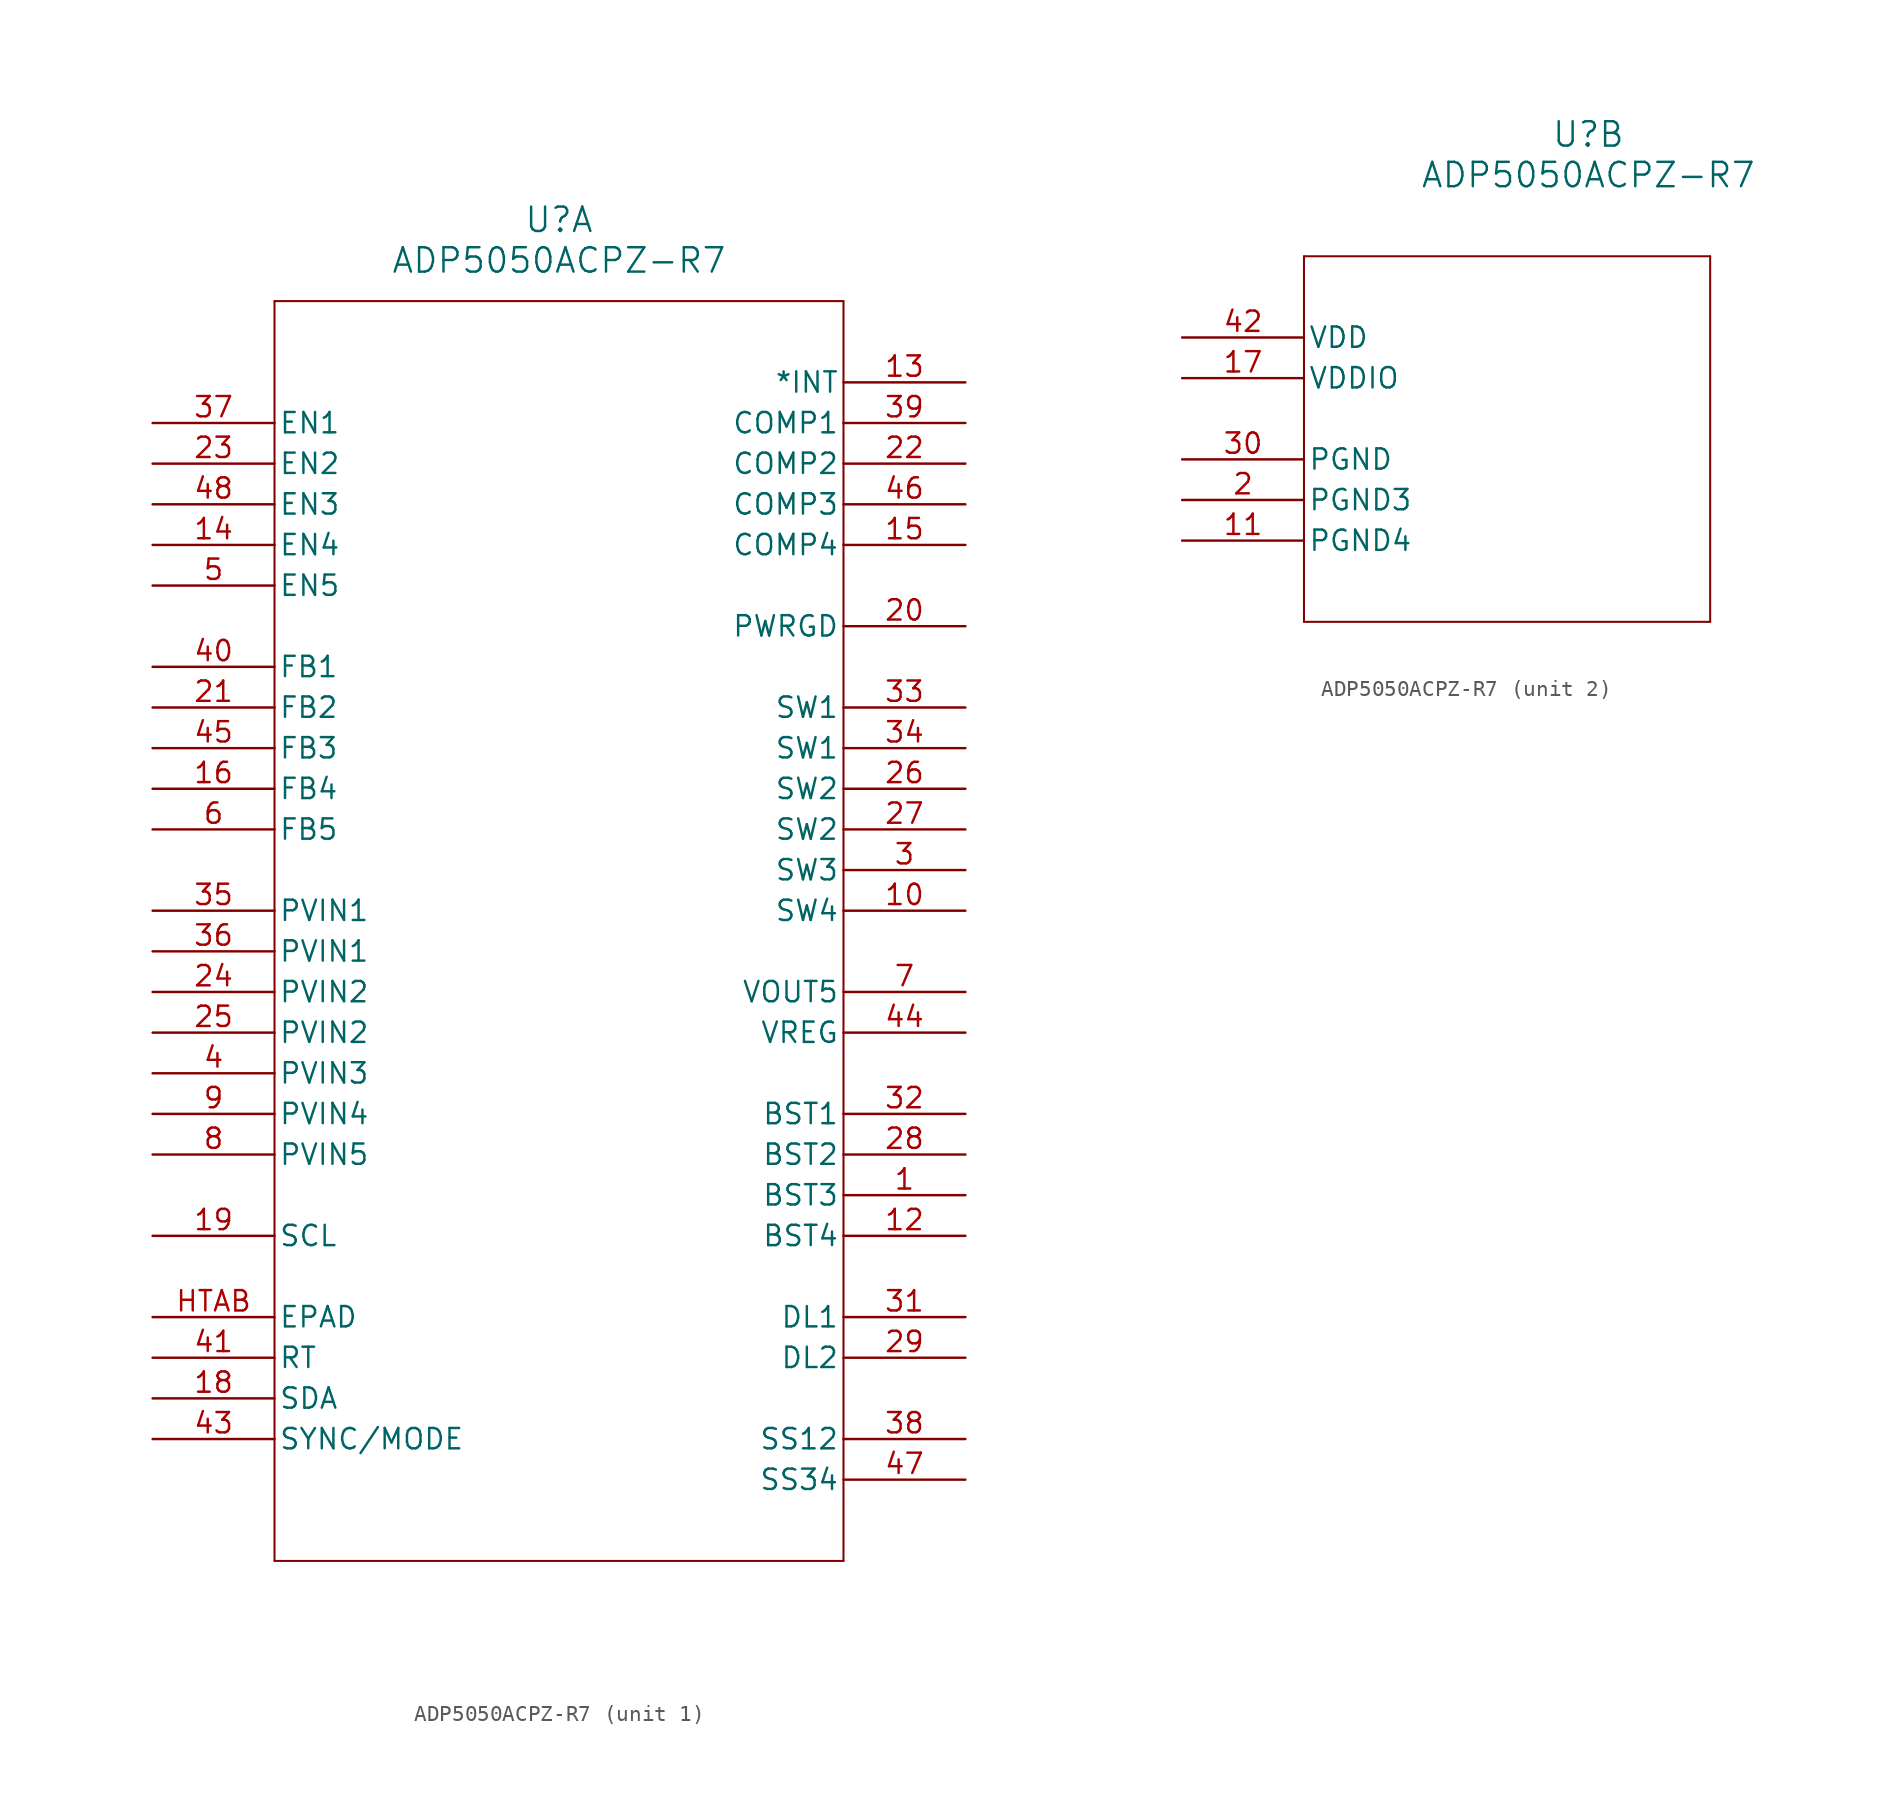
<source format=kicad_sym>
(kicad_symbol_lib
  (version 20211014)
  (generator kicad_symbol_editor)
  (symbol "ADP5050ACPZ-R7"
    (pin_names
      (offset 0.254))
    (property "Reference" "U"
      (at 25.4 12.7 0)
      (effects (font (size 1.524 1.524))))
    (property "Value" "ADP5050ACPZ-R7"
      (at 25.4 10.16 0)
      (effects (font (size 1.524 1.524))))
    (symbol "ADP5050ACPZ-R7_1_1"
      (polyline (pts (xy 7.62 7.62) (xy 7.62 -71.12)) (stroke (width 0.127) (type default) (color 0 0 0 0)) (fill (type none)))
      (polyline (pts (xy 7.62 -71.12) (xy 43.18 -71.12)) (stroke (width 0.127) (type default) (color 0 0 0 0)) (fill (type none)))
      (polyline (pts (xy 43.18 -71.12) (xy 43.18 7.62)) (stroke (width 0.127) (type default) (color 0 0 0 0)) (fill (type none)))
      (polyline (pts (xy 43.18 7.62) (xy 7.62 7.62)) (stroke (width 0.127) (type default) (color 0 0 0 0)) (fill (type none)))
      (pin unspecified line (at 50.8 -48.26 180) (length 7.62) (name "BST3" (effects (font (size 1.27 1.27)))) (number "1" (effects (font (size 1.27 1.27)))))
      (pin output line (at 50.8 -27.94 180) (length 7.62) (name "SW3" (effects (font (size 1.27 1.27)))) (number "3" (effects (font (size 1.27 1.27)))))
      (pin input line (at 0 -40.64 0) (length 7.62) (name "PVIN3" (effects (font (size 1.27 1.27)))) (number "4" (effects (font (size 1.27 1.27)))))
      (pin input line (at 0 -10.16 0) (length 7.62) (name "EN5" (effects (font (size 1.27 1.27)))) (number "5" (effects (font (size 1.27 1.27)))))
      (pin input line (at 0 -25.4 0) (length 7.62) (name "FB5" (effects (font (size 1.27 1.27)))) (number "6" (effects (font (size 1.27 1.27)))))
      (pin output line (at 50.8 -35.56 180) (length 7.62) (name "VOUT5" (effects (font (size 1.27 1.27)))) (number "7" (effects (font (size 1.27 1.27)))))
      (pin input line (at 0 -45.72 0) (length 7.62) (name "PVIN5" (effects (font (size 1.27 1.27)))) (number "8" (effects (font (size 1.27 1.27)))))
      (pin input line (at 0 -43.18 0) (length 7.62) (name "PVIN4" (effects (font (size 1.27 1.27)))) (number "9" (effects (font (size 1.27 1.27)))))
      (pin output line (at 50.8 -30.48 180) (length 7.62) (name "SW4" (effects (font (size 1.27 1.27)))) (number "10" (effects (font (size 1.27 1.27)))))
      (pin unspecified line (at 50.8 -50.8 180) (length 7.62) (name "BST4" (effects (font (size 1.27 1.27)))) (number "12" (effects (font (size 1.27 1.27)))))
      (pin output line (at 50.8 2.54 180) (length 7.62) (name "*INT" (effects (font (size 1.27 1.27)))) (number "13" (effects (font (size 1.27 1.27)))))
      (pin input line (at 0 -7.62 0) (length 7.62) (name "EN4" (effects (font (size 1.27 1.27)))) (number "14" (effects (font (size 1.27 1.27)))))
      (pin output line (at 50.8 -7.62 180) (length 7.62) (name "COMP4" (effects (font (size 1.27 1.27)))) (number "15" (effects (font (size 1.27 1.27)))))
      (pin input line (at 0 -22.86 0) (length 7.62) (name "FB4" (effects (font (size 1.27 1.27)))) (number "16" (effects (font (size 1.27 1.27)))))
      (pin bidirectional line (at 0 -60.96 0) (length 7.62) (name "SDA" (effects (font (size 1.27 1.27)))) (number "18" (effects (font (size 1.27 1.27)))))
      (pin input line (at 0 -50.8 0) (length 7.62) (name "SCL" (effects (font (size 1.27 1.27)))) (number "19" (effects (font (size 1.27 1.27)))))
      (pin output line (at 50.8 -12.7 180) (length 7.62) (name "PWRGD" (effects (font (size 1.27 1.27)))) (number "20" (effects (font (size 1.27 1.27)))))
      (pin input line (at 0 -17.78 0) (length 7.62) (name "FB2" (effects (font (size 1.27 1.27)))) (number "21" (effects (font (size 1.27 1.27)))))
      (pin output line (at 50.8 -2.54 180) (length 7.62) (name "COMP2" (effects (font (size 1.27 1.27)))) (number "22" (effects (font (size 1.27 1.27)))))
      (pin input line (at 0 -2.54 0) (length 7.62) (name "EN2" (effects (font (size 1.27 1.27)))) (number "23" (effects (font (size 1.27 1.27)))))
      (pin input line (at 0 -35.56 0) (length 7.62) (name "PVIN2" (effects (font (size 1.27 1.27)))) (number "24" (effects (font (size 1.27 1.27)))))
      (pin input line (at 0 -38.1 0) (length 7.62) (name "PVIN2" (effects (font (size 1.27 1.27)))) (number "25" (effects (font (size 1.27 1.27)))))
      (pin output line (at 50.8 -22.86 180) (length 7.62) (name "SW2" (effects (font (size 1.27 1.27)))) (number "26" (effects (font (size 1.27 1.27)))))
      (pin output line (at 50.8 -25.4 180) (length 7.62) (name "SW2" (effects (font (size 1.27 1.27)))) (number "27" (effects (font (size 1.27 1.27)))))
      (pin unspecified line (at 50.8 -45.72 180) (length 7.62) (name "BST2" (effects (font (size 1.27 1.27)))) (number "28" (effects (font (size 1.27 1.27)))))
      (pin unspecified line (at 50.8 -58.42 180) (length 7.62) (name "DL2" (effects (font (size 1.27 1.27)))) (number "29" (effects (font (size 1.27 1.27)))))
      (pin unspecified line (at 50.8 -55.88 180) (length 7.62) (name "DL1" (effects (font (size 1.27 1.27)))) (number "31" (effects (font (size 1.27 1.27)))))
      (pin unspecified line (at 50.8 -43.18 180) (length 7.62) (name "BST1" (effects (font (size 1.27 1.27)))) (number "32" (effects (font (size 1.27 1.27)))))
      (pin output line (at 50.8 -17.78 180) (length 7.62) (name "SW1" (effects (font (size 1.27 1.27)))) (number "33" (effects (font (size 1.27 1.27)))))
      (pin output line (at 50.8 -20.32 180) (length 7.62) (name "SW1" (effects (font (size 1.27 1.27)))) (number "34" (effects (font (size 1.27 1.27)))))
      (pin input line (at 0 -30.48 0) (length 7.62) (name "PVIN1" (effects (font (size 1.27 1.27)))) (number "35" (effects (font (size 1.27 1.27)))))
      (pin input line (at 0 -33.02 0) (length 7.62) (name "PVIN1" (effects (font (size 1.27 1.27)))) (number "36" (effects (font (size 1.27 1.27)))))
      (pin input line (at 0 0 0) (length 7.62) (name "EN1" (effects (font (size 1.27 1.27)))) (number "37" (effects (font (size 1.27 1.27)))))
      (pin unspecified line (at 50.8 -63.5 180) (length 7.62) (name "SS12" (effects (font (size 1.27 1.27)))) (number "38" (effects (font (size 1.27 1.27)))))
      (pin output line (at 50.8 0 180) (length 7.62) (name "COMP1" (effects (font (size 1.27 1.27)))) (number "39" (effects (font (size 1.27 1.27)))))
      (pin input line (at 0 -15.24 0) (length 7.62) (name "FB1" (effects (font (size 1.27 1.27)))) (number "40" (effects (font (size 1.27 1.27)))))
      (pin unspecified line (at 0 -58.42 0) (length 7.62) (name "RT" (effects (font (size 1.27 1.27)))) (number "41" (effects (font (size 1.27 1.27)))))
      (pin bidirectional line (at 0 -63.5 0) (length 7.62) (name "SYNC/MODE" (effects (font (size 1.27 1.27)))) (number "43" (effects (font (size 1.27 1.27)))))
      (pin output line (at 50.8 -38.1 180) (length 7.62) (name "VREG" (effects (font (size 1.27 1.27)))) (number "44" (effects (font (size 1.27 1.27)))))
      (pin input line (at 0 -20.32 0) (length 7.62) (name "FB3" (effects (font (size 1.27 1.27)))) (number "45" (effects (font (size 1.27 1.27)))))
      (pin output line (at 50.8 -5.08 180) (length 7.62) (name "COMP3" (effects (font (size 1.27 1.27)))) (number "46" (effects (font (size 1.27 1.27)))))
      (pin unspecified line (at 50.8 -66.04 180) (length 7.62) (name "SS34" (effects (font (size 1.27 1.27)))) (number "47" (effects (font (size 1.27 1.27)))))
      (pin input line (at 0 -5.08 0) (length 7.62) (name "EN3" (effects (font (size 1.27 1.27)))) (number "48" (effects (font (size 1.27 1.27)))))
      (pin unspecified line (at 0 -55.88 0) (length 7.62) (name "EPAD" (effects (font (size 1.27 1.27)))) (number "HTAB" (effects (font (size 1.27 1.27))))))
    (symbol "ADP5050ACPZ-R7_2_1"
      (polyline (pts (xy 7.62 5.08) (xy 7.62 -17.78)) (stroke (width 0.127) (type default) (color 0 0 0 0)) (fill (type none)))
      (polyline (pts (xy 7.62 -17.78) (xy 33.02 -17.78)) (stroke (width 0.127) (type default) (color 0 0 0 0)) (fill (type none)))
      (polyline (pts (xy 33.02 -17.78) (xy 33.02 5.08)) (stroke (width 0.127) (type default) (color 0 0 0 0)) (fill (type none)))
      (polyline (pts (xy 33.02 5.08) (xy 7.62 5.08)) (stroke (width 0.127) (type default) (color 0 0 0 0)) (fill (type none)))
      (pin power_in line (at 0 -10.16 0) (length 7.62) (name "PGND3" (effects (font (size 1.27 1.27)))) (number "2" (effects (font (size 1.27 1.27)))))
      (pin power_in line (at 0 -12.7 0) (length 7.62) (name "PGND4" (effects (font (size 1.27 1.27)))) (number "11" (effects (font (size 1.27 1.27)))))
      (pin power_in line (at 0 -2.54 0) (length 7.62) (name "VDDIO" (effects (font (size 1.27 1.27)))) (number "17" (effects (font (size 1.27 1.27)))))
      (pin power_in line (at 0 -7.62 0) (length 7.62) (name "PGND" (effects (font (size 1.27 1.27)))) (number "30" (effects (font (size 1.27 1.27)))))
      (pin power_in line (at 0 0 0) (length 7.62) (name "VDD" (effects (font (size 1.27 1.27)))) (number "42" (effects (font (size 1.27 1.27))))))))
</source>
